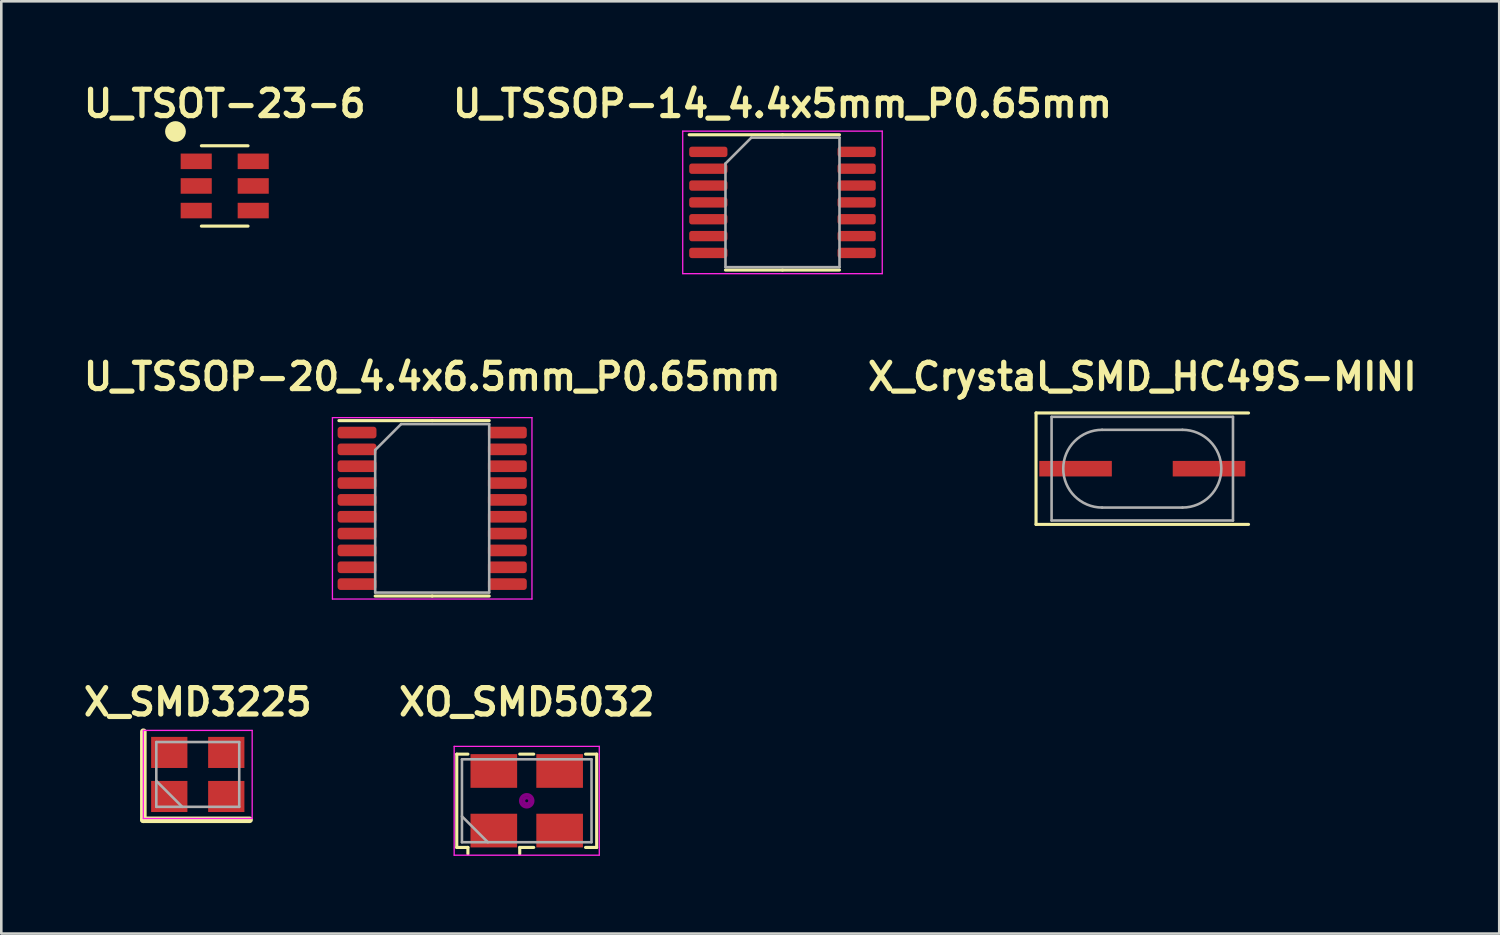
<source format=kicad_pcb>
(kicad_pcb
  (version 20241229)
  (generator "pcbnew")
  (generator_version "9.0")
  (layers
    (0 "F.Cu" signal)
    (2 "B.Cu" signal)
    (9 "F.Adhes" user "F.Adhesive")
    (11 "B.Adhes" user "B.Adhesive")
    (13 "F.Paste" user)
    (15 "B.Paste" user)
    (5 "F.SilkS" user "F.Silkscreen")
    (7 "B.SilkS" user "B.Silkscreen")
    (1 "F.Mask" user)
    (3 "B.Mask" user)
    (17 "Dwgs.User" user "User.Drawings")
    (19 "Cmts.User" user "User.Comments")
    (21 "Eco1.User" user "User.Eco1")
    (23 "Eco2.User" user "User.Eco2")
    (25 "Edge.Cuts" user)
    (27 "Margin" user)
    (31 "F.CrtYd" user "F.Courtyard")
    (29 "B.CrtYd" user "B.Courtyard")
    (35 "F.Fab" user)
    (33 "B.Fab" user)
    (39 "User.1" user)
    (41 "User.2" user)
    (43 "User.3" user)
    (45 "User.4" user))
  (footprint "XO_SMD5032"
    (layer "F.Cu")
    (at 17.277 27.853)
    (property "Reference" "XO_SMD5032" (at 0 -3.81 0) (layer "F.SilkS") (effects (font (size 1.016 1.016) (thickness 0.203))))
    (attr smd)
    (fp_line (start -2.7 -1.8) (end -2.27 -1.8) (stroke (width 0.12) (type solid)) (layer "F.SilkS"))
    (fp_line (start -2.7 1.8) (end -2.7 -1.8) (stroke (width 0.12) (type solid)) (layer "F.SilkS"))
    (fp_line (start -2.27 1.8) (end -2.7 1.8) (stroke (width 0.12) (type solid)) (layer "F.SilkS"))
    (fp_line (start -2.27 2.05) (end -2.27 1.8) (stroke (width 0.12) (type solid)) (layer "F.SilkS"))
    (fp_line (start -0.27 -1.8) (end 0.27 -1.8) (stroke (width 0.12) (type solid)) (layer "F.SilkS"))
    (fp_line (start -0.27 1.8) (end -0.27 2.05) (stroke (width 0.12) (type solid)) (layer "F.SilkS"))
    (fp_line (start 0.27 1.8) (end -0.27 1.8) (stroke (width 0.12) (type solid)) (layer "F.SilkS"))
    (fp_line (start 2.27 -1.8) (end 2.7 -1.8) (stroke (width 0.12) (type solid)) (layer "F.SilkS"))
    (fp_line (start 2.7 -1.8) (end 2.7 1.8) (stroke (width 0.12) (type solid)) (layer "F.SilkS"))
    (fp_line (start 2.7 1.8) (end 2.27 1.8) (stroke (width 0.12) (type solid)) (layer "F.SilkS"))
    (fp_circle (center 0 0) (end 0.058 0) (stroke (width 0.117) (type solid)) (fill no) (layer "F.Adhes"))
    (fp_circle (center 0 0) (end 0.133 0) (stroke (width 0.083) (type solid)) (fill no) (layer "F.Adhes"))
    (fp_circle (center 0 0) (end 0.208 0) (stroke (width 0.083) (type solid)) (fill no) (layer "F.Adhes"))
    (fp_circle (center 0 0) (end 0.25 0) (stroke (width 0.1) (type solid)) (fill no) (layer "F.Adhes"))
    (fp_line (start -2.8 -2.1) (end -2.8 2.1) (stroke (width 0.05) (type solid)) (layer "F.CrtYd"))
    (fp_line (start -2.8 2.1) (end 2.8 2.1) (stroke (width 0.05) (type solid)) (layer "F.CrtYd"))
    (fp_line (start 2.8 -2.1) (end -2.8 -2.1) (stroke (width 0.05) (type solid)) (layer "F.CrtYd"))
    (fp_line (start 2.8 2.1) (end 2.8 -2.1) (stroke (width 0.05) (type solid)) (layer "F.CrtYd"))
    (fp_line (start -2.5 -1.6) (end -2.5 1.6) (stroke (width 0.1) (type solid)) (layer "F.Fab"))
    (fp_line (start -2.5 0.6) (end -1.5 1.6) (stroke (width 0.1) (type solid)) (layer "F.Fab"))
    (fp_line (start -2.5 1.6) (end 2.5 1.6) (stroke (width 0.1) (type solid)) (layer "F.Fab"))
    (fp_line (start 2.5 -1.6) (end -2.5 -1.6) (stroke (width 0.1) (type solid)) (layer "F.Fab"))
    (fp_line (start 2.5 1.6) (end 2.5 -1.6) (stroke (width 0.1) (type solid)) (layer "F.Fab"))
    (pad "1" smd rect (at -1.27 1.15) (size 1.8 1.3) (layers "F.Cu" "F.Mask" "F.Paste"))
    (pad "2" smd rect (at 1.27 1.15) (size 1.8 1.3) (layers "F.Cu" "F.Mask" "F.Paste"))
    (pad "3" smd rect (at 1.27 -1.15) (size 1.8 1.3) (layers "F.Cu" "F.Mask" "F.Paste"))
    (pad "4" smd rect (at -1.27 -1.15) (size 1.8 1.3) (layers "F.Cu" "F.Mask" "F.Paste")))
  (footprint "U_TSSOP-14_4.4x5mm_P0.65mm"
    (layer "F.Cu")
    (at 27.147 4.761)
    (property "Reference" "U_TSSOP-14_4.4x5mm_P0.65mm" (at 0 -3.81 0) (layer "F.SilkS") (effects (font (size 1.016 1.016) (thickness 0.203))))
    (attr smd)
    (fp_line (start 0 -2.61) (end -3.6 -2.61) (stroke (width 0.12) (type solid)) (layer "F.SilkS"))
    (fp_line (start 0 -2.61) (end 2.2 -2.61) (stroke (width 0.12) (type solid)) (layer "F.SilkS"))
    (fp_line (start 0 2.61) (end -2.2 2.61) (stroke (width 0.12) (type solid)) (layer "F.SilkS"))
    (fp_line (start 0 2.61) (end 2.2 2.61) (stroke (width 0.12) (type solid)) (layer "F.SilkS"))
    (fp_line (start -3.85 -2.75) (end -3.85 2.75) (stroke (width 0.05) (type solid)) (layer "F.CrtYd"))
    (fp_line (start -3.85 2.75) (end 3.85 2.75) (stroke (width 0.05) (type solid)) (layer "F.CrtYd"))
    (fp_line (start 3.85 -2.75) (end -3.85 -2.75) (stroke (width 0.05) (type solid)) (layer "F.CrtYd"))
    (fp_line (start 3.85 2.75) (end 3.85 -2.75) (stroke (width 0.05) (type solid)) (layer "F.CrtYd"))
    (fp_line (start -2.2 -1.5) (end -1.2 -2.5) (stroke (width 0.1) (type solid)) (layer "F.Fab"))
    (fp_line (start -2.2 2.5) (end -2.2 -1.5) (stroke (width 0.1) (type solid)) (layer "F.Fab"))
    (fp_line (start -1.2 -2.5) (end 2.2 -2.5) (stroke (width 0.1) (type solid)) (layer "F.Fab"))
    (fp_line (start 2.2 -2.5) (end 2.2 2.5) (stroke (width 0.1) (type solid)) (layer "F.Fab"))
    (fp_line (start 2.2 2.5) (end -2.2 2.5) (stroke (width 0.1) (type solid)) (layer "F.Fab"))
    (pad "1" smd roundrect (at -2.862 -1.95) (size 1.475 0.4) (layers "F.Cu" "F.Mask" "F.Paste") (roundrect_rratio 0.25))
    (pad "2" smd roundrect (at -2.862 -1.3) (size 1.475 0.4) (layers "F.Cu" "F.Mask" "F.Paste") (roundrect_rratio 0.25))
    (pad "3" smd roundrect (at -2.862 -0.65) (size 1.475 0.4) (layers "F.Cu" "F.Mask" "F.Paste") (roundrect_rratio 0.25))
    (pad "4" smd roundrect (at -2.862 0) (size 1.475 0.4) (layers "F.Cu" "F.Mask" "F.Paste") (roundrect_rratio 0.25))
    (pad "5" smd roundrect (at -2.862 0.65) (size 1.475 0.4) (layers "F.Cu" "F.Mask" "F.Paste") (roundrect_rratio 0.25))
    (pad "6" smd roundrect (at -2.862 1.3) (size 1.475 0.4) (layers "F.Cu" "F.Mask" "F.Paste") (roundrect_rratio 0.25))
    (pad "7" smd roundrect (at -2.862 1.95) (size 1.475 0.4) (layers "F.Cu" "F.Mask" "F.Paste") (roundrect_rratio 0.25))
    (pad "8" smd roundrect (at 2.862 1.95) (size 1.475 0.4) (layers "F.Cu" "F.Mask" "F.Paste") (roundrect_rratio 0.25))
    (pad "9" smd roundrect (at 2.862 1.3) (size 1.475 0.4) (layers "F.Cu" "F.Mask" "F.Paste") (roundrect_rratio 0.25))
    (pad "10" smd roundrect (at 2.862 0.65) (size 1.475 0.4) (layers "F.Cu" "F.Mask" "F.Paste") (roundrect_rratio 0.25))
    (pad "11" smd roundrect (at 2.862 0) (size 1.475 0.4) (layers "F.Cu" "F.Mask" "F.Paste") (roundrect_rratio 0.25))
    (pad "12" smd roundrect (at 2.862 -0.65) (size 1.475 0.4) (layers "F.Cu" "F.Mask" "F.Paste") (roundrect_rratio 0.25))
    (pad "13" smd roundrect (at 2.862 -1.3) (size 1.475 0.4) (layers "F.Cu" "F.Mask" "F.Paste") (roundrect_rratio 0.25))
    (pad "14" smd roundrect (at 2.862 -1.95) (size 1.475 0.4) (layers "F.Cu" "F.Mask" "F.Paste") (roundrect_rratio 0.25)))
  (footprint "U_TSOT-23-6"
    (layer "F.Cu")
    (at 5.622 4.126)
    (property "Reference" "U_TSOT-23-6" (at 0 -3.175 0) (layer "F.SilkS") (effects (font (size 1.016 1.016) (thickness 0.203))))
    (property "Value" "${VALUE}" (at 0 3.175 0) (layer "F.SilkS") (hide yes) (effects (font (size 1.016 0.914) (thickness 0.203) (italic yes))))
    (attr smd)
    (fp_line (start -0.9 -1.55) (end 0.9 -1.55) (stroke (width 0.12) (type solid)) (layer "F.SilkS"))
    (fp_line (start -0.9 1.55) (end 0.9 1.55) (stroke (width 0.12) (type solid)) (layer "F.SilkS"))
    (fp_circle (center -1.9 -2.1) (end -1.7 -2.1) (stroke (width 0.4) (type solid)) (fill no) (layer "F.SilkS"))
    (pad "1" smd rect (at -1.1 -0.95) (size 1.2 0.6) (layers "F.Cu" "F.Mask" "F.Paste"))
    (pad "2" smd rect (at -1.1 0) (size 1.2 0.6) (layers "F.Cu" "F.Mask" "F.Paste"))
    (pad "3" smd rect (at -1.1 0.95) (size 1.2 0.6) (layers "F.Cu" "F.Mask" "F.Paste"))
    (pad "4" smd rect (at 1.1 0.95) (size 1.2 0.6) (layers "F.Cu" "F.Mask" "F.Paste"))
    (pad "5" smd rect (at 1.1 0) (size 1.2 0.6) (layers "F.Cu" "F.Mask" "F.Paste"))
    (pad "6" smd rect (at 1.1 -0.95) (size 1.2 0.6) (layers "F.Cu" "F.Mask" "F.Paste")))
  (footprint "X_SMD3225"
    (layer "F.Cu")
    (at 4.582 26.837)
    (property "Reference" "X_SMD3225" (at 0 -2.794 0) (layer "F.SilkS") (effects (font (size 1.016 1.016) (thickness 0.203) (bold yes))))
    (attr smd)
    (fp_line (start -2.1 -1.65) (end -2.1 1.75) (stroke (width 0.254) (type solid)) (layer "F.SilkS"))
    (fp_line (start -2.1 1.75) (end 2 1.75) (stroke (width 0.254) (type solid)) (layer "F.SilkS"))
    (fp_line (start -2.1 -1.7) (end -2.1 1.7) (stroke (width 0.05) (type solid)) (layer "F.CrtYd"))
    (fp_line (start -2.1 1.7) (end 2.1 1.7) (stroke (width 0.05) (type solid)) (layer "F.CrtYd"))
    (fp_line (start 2.1 -1.7) (end -2.1 -1.7) (stroke (width 0.05) (type solid)) (layer "F.CrtYd"))
    (fp_line (start 2.1 1.7) (end 2.1 -1.7) (stroke (width 0.05) (type solid)) (layer "F.CrtYd"))
    (fp_line (start -1.6 -1.25) (end -1.6 1.25) (stroke (width 0.1) (type solid)) (layer "F.Fab"))
    (fp_line (start -1.6 0.25) (end -0.6 1.25) (stroke (width 0.1) (type solid)) (layer "F.Fab"))
    (fp_line (start -1.6 1.25) (end 1.6 1.25) (stroke (width 0.1) (type solid)) (layer "F.Fab"))
    (fp_line (start 1.6 -1.25) (end -1.6 -1.25) (stroke (width 0.1) (type solid)) (layer "F.Fab"))
    (fp_line (start 1.6 1.25) (end 1.6 -1.25) (stroke (width 0.1) (type solid)) (layer "F.Fab"))
    (pad "1" smd rect (at -1.1 0.85) (size 1.4 1.2) (layers "F.Cu" "F.Mask" "F.Paste"))
    (pad "2" smd rect (at 1.1 0.85) (size 1.4 1.2) (layers "F.Cu" "F.Mask" "F.Paste"))
    (pad "3" smd rect (at 1.1 -0.85) (size 1.4 1.2) (layers "F.Cu" "F.Mask" "F.Paste"))
    (pad "4" smd rect (at -1.1 -0.85) (size 1.4 1.2) (layers "F.Cu" "F.Mask" "F.Paste")))
  (footprint "U_TSSOP-20_4.4x6.5mm_P0.65mm"
    (layer "F.Cu")
    (at 13.629 16.567)
    (property "Reference" "U_TSSOP-20_4.4x6.5mm_P0.65mm" (at 0 -5.08 0) (layer "F.SilkS") (effects (font (size 1.016 1.016) (thickness 0.203))))
    (attr smd)
    (fp_line (start 0 -3.385) (end -3.6 -3.385) (stroke (width 0.12) (type solid)) (layer "F.SilkS"))
    (fp_line (start 0 -3.385) (end 2.2 -3.385) (stroke (width 0.12) (type solid)) (layer "F.SilkS"))
    (fp_line (start 0 3.385) (end -2.2 3.385) (stroke (width 0.12) (type solid)) (layer "F.SilkS"))
    (fp_line (start 0 3.385) (end 2.2 3.385) (stroke (width 0.12) (type solid)) (layer "F.SilkS"))
    (fp_line (start -3.85 -3.5) (end -3.85 3.5) (stroke (width 0.05) (type solid)) (layer "F.CrtYd"))
    (fp_line (start -3.85 3.5) (end 3.85 3.5) (stroke (width 0.05) (type solid)) (layer "F.CrtYd"))
    (fp_line (start 3.85 -3.5) (end -3.85 -3.5) (stroke (width 0.05) (type solid)) (layer "F.CrtYd"))
    (fp_line (start 3.85 3.5) (end 3.85 -3.5) (stroke (width 0.05) (type solid)) (layer "F.CrtYd"))
    (fp_line (start -2.2 -2.25) (end -1.2 -3.25) (stroke (width 0.1) (type solid)) (layer "F.Fab"))
    (fp_line (start -2.2 3.25) (end -2.2 -2.25) (stroke (width 0.1) (type solid)) (layer "F.Fab"))
    (fp_line (start -1.2 -3.25) (end 2.2 -3.25) (stroke (width 0.1) (type solid)) (layer "F.Fab"))
    (fp_line (start 2.2 -3.25) (end 2.2 3.25) (stroke (width 0.1) (type solid)) (layer "F.Fab"))
    (fp_line (start 2.2 3.25) (end -2.2 3.25) (stroke (width 0.1) (type solid)) (layer "F.Fab"))
    (pad "1" smd roundrect (at -2.9 -2.925) (size 1.5 0.45) (layers "F.Cu" "F.Mask" "F.Paste") (roundrect_rratio 0.25))
    (pad "2" smd roundrect (at -2.9 -2.275) (size 1.5 0.45) (layers "F.Cu" "F.Mask" "F.Paste") (roundrect_rratio 0.25))
    (pad "3" smd roundrect (at -2.9 -1.625) (size 1.5 0.45) (layers "F.Cu" "F.Mask" "F.Paste") (roundrect_rratio 0.25))
    (pad "4" smd roundrect (at -2.9 -0.975) (size 1.5 0.45) (layers "F.Cu" "F.Mask" "F.Paste") (roundrect_rratio 0.25))
    (pad "5" smd roundrect (at -2.9 -0.325) (size 1.5 0.45) (layers "F.Cu" "F.Mask" "F.Paste") (roundrect_rratio 0.25))
    (pad "6" smd roundrect (at -2.9 0.325) (size 1.5 0.45) (layers "F.Cu" "F.Mask" "F.Paste") (roundrect_rratio 0.25))
    (pad "7" smd roundrect (at -2.9 0.975) (size 1.5 0.45) (layers "F.Cu" "F.Mask" "F.Paste") (roundrect_rratio 0.25))
    (pad "8" smd roundrect (at -2.9 1.625) (size 1.5 0.45) (layers "F.Cu" "F.Mask" "F.Paste") (roundrect_rratio 0.25))
    (pad "9" smd roundrect (at -2.9 2.275) (size 1.5 0.45) (layers "F.Cu" "F.Mask" "F.Paste") (roundrect_rratio 0.25))
    (pad "10" smd roundrect (at -2.9 2.925) (size 1.5 0.45) (layers "F.Cu" "F.Mask" "F.Paste") (roundrect_rratio 0.25))
    (pad "11" smd roundrect (at 2.9 2.925) (size 1.5 0.45) (layers "F.Cu" "F.Mask" "F.Paste") (roundrect_rratio 0.25))
    (pad "12" smd roundrect (at 2.9 2.275) (size 1.5 0.45) (layers "F.Cu" "F.Mask" "F.Paste") (roundrect_rratio 0.25))
    (pad "13" smd roundrect (at 2.9 1.625) (size 1.5 0.45) (layers "F.Cu" "F.Mask" "F.Paste") (roundrect_rratio 0.25))
    (pad "14" smd roundrect (at 2.9 0.975) (size 1.5 0.45) (layers "F.Cu" "F.Mask" "F.Paste") (roundrect_rratio 0.25))
    (pad "15" smd roundrect (at 2.9 0.325) (size 1.5 0.45) (layers "F.Cu" "F.Mask" "F.Paste") (roundrect_rratio 0.25))
    (pad "16" smd roundrect (at 2.9 -0.325) (size 1.5 0.45) (layers "F.Cu" "F.Mask" "F.Paste") (roundrect_rratio 0.25))
    (pad "17" smd roundrect (at 2.9 -0.975) (size 1.5 0.45) (layers "F.Cu" "F.Mask" "F.Paste") (roundrect_rratio 0.25))
    (pad "18" smd roundrect (at 2.9 -1.625) (size 1.5 0.45) (layers "F.Cu" "F.Mask" "F.Paste") (roundrect_rratio 0.25))
    (pad "19" smd roundrect (at 2.9 -2.275) (size 1.5 0.45) (layers "F.Cu" "F.Mask" "F.Paste") (roundrect_rratio 0.25))
    (pad "20" smd roundrect (at 2.9 -2.925) (size 1.5 0.45) (layers "F.Cu" "F.Mask" "F.Paste") (roundrect_rratio 0.25)))
  (footprint "X_Crystal_SMD_HC49S-MINI"
    (layer "F.Cu")
    (at 41.032 15.037)
    (property "Reference" "X_Crystal_SMD_HC49S-MINI" (at 0 -3.55 0) (layer "F.SilkS") (effects (font (size 1.016 1.016) (thickness 0.203))))
    (attr smd)
    (fp_line (start -4.1 -2.15) (end -4.1 2.15) (stroke (width 0.12) (type solid)) (layer "F.SilkS"))
    (fp_line (start -4.1 2.15) (end 4.1 2.15) (stroke (width 0.12) (type solid)) (layer "F.SilkS"))
    (fp_line (start 4.1 -2.15) (end -4.1 -2.15) (stroke (width 0.12) (type solid)) (layer "F.SilkS"))
    (fp_line (start -3.5 -2) (end -3.5 2) (stroke (width 0.1) (type solid)) (layer "F.Fab"))
    (fp_line (start -3.5 2) (end 3.5 2) (stroke (width 0.1) (type solid)) (layer "F.Fab"))
    (fp_line (start -1.55 -1.5) (end 1.55 -1.5) (stroke (width 0.1) (type solid)) (layer "F.Fab"))
    (fp_line (start -1.55 1.5) (end 1.55 1.5) (stroke (width 0.1) (type solid)) (layer "F.Fab"))
    (fp_line (start 3.5 -2) (end -3.5 -2) (stroke (width 0.1) (type solid)) (layer "F.Fab"))
    (fp_line (start 3.5 2) (end 3.5 -2) (stroke (width 0.1) (type solid)) (layer "F.Fab"))
    (fp_arc (start -1.55 1.5) (mid -3.05 0) (end -1.55 -1.5) (stroke (width 0.1) (type default)) (layer "F.Fab"))
    (fp_arc (start 1.55 -1.5) (mid 3.05 0) (end 1.55 1.5) (stroke (width 0.1) (type default)) (layer "F.Fab"))
    (pad "1" smd rect (at -2.575 0) (size 2.8 0.6) (layers "F.Cu" "F.Mask" "F.Paste"))
    (pad "2" smd rect (at 2.575 0) (size 2.8 0.6) (layers "F.Cu" "F.Mask" "F.Paste")))
  (gr_rect
    (start -3 -3)
    (end 54.807 32.978)
    (stroke (width 0.1) (type default))
    (fill no)
    (layer "Edge.Cuts")))
</source>
